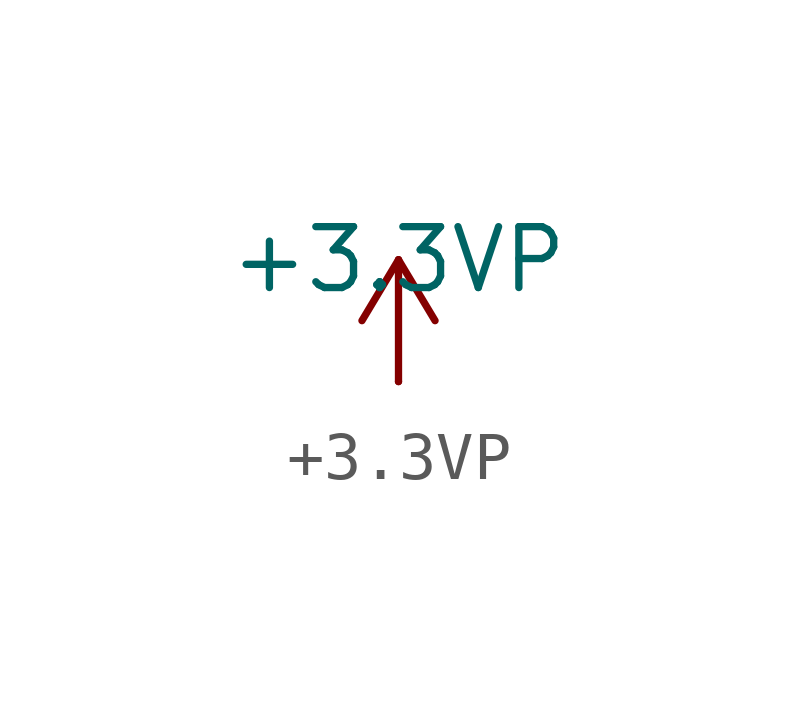
<source format=kicad_sym>
(kicad_symbol_lib
  (version 20231120)
  (generator "kicad_symbol_editor")
  (generator_version "8.0")
  (symbol "+3.3VP"
    (power)
    (pin_numbers hide)
    (pin_names
      (offset 0) hide)
    (property "Reference" "#PWR"
      (at 3.81 -1.27 0)
      (effects (font (size 1.27 1.27)) (hide yes)))
    (property "Value" "+3.3VP"
      (at 0 2.54 0)
      (effects (font (size 1.27 1.27))))
    (symbol "+3.3VP_0_0"
      (pin power_in line (at 0 0 90) (length 0) (name "~" (effects (font (size 1.27 1.27)))) (number "1" (effects (font (size 1.27 1.27))))))
    (symbol "+3.3VP_0_1"
      (polyline (pts (xy -0.762 1.27) (xy 0 2.54)) (stroke (width 0) (type default)) (fill (type none)))
      (polyline (pts (xy 0 0) (xy 0 2.54)) (stroke (width 0) (type default)) (fill (type none)))
      (polyline (pts (xy 0 2.54) (xy 0.762 1.27)) (stroke (width 0) (type default)) (fill (type none))))))
</source>
